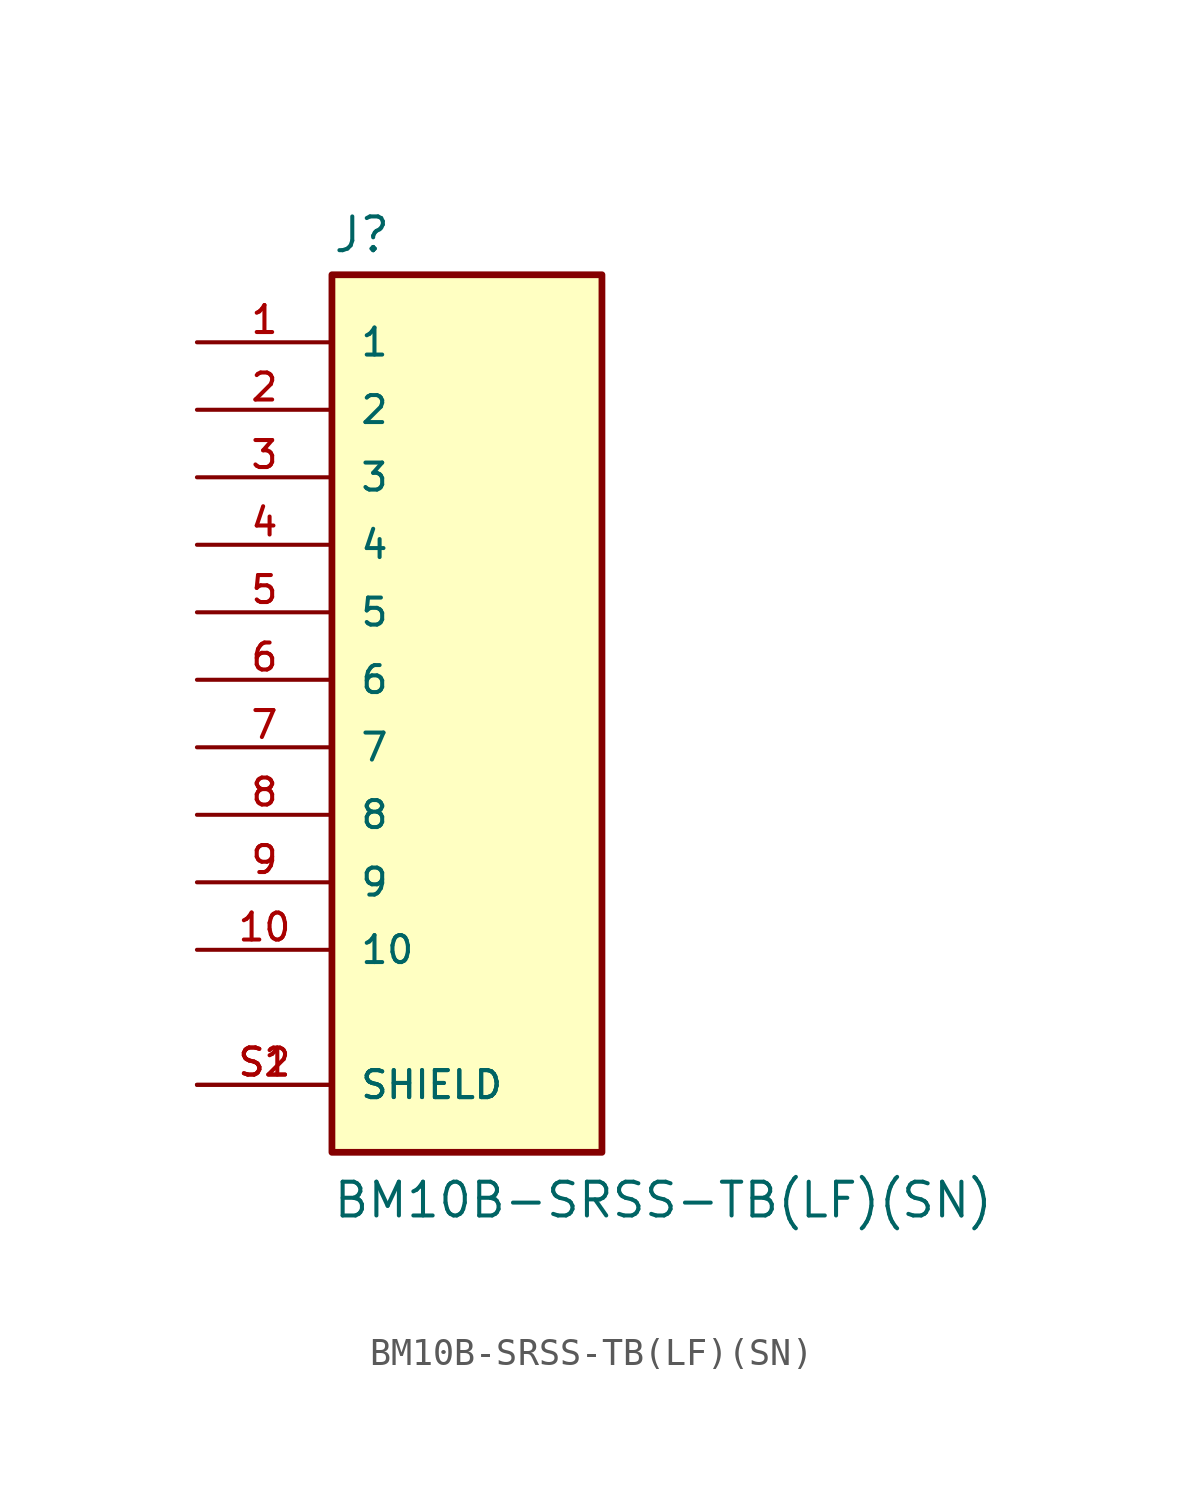
<source format=kicad_sym>
(kicad_symbol_lib
  (version 20211014)
  (generator kicad_symbol_editor)
  (symbol "BM10B-SRSS-TB(LF)(SN)"
    (pin_names
      (offset 1.016))
    (property "Reference" "J"
      (at -5.08 16.002 0)
      (effects (font (size 1.27 1.27)) (justify bottom left)))
    (property "Value" "BM10B-SRSS-TB(LF)(SN)"
      (at -5.08 -20.32 0)
      (effects (font (size 1.27 1.27)) (justify bottom left)))
    (symbol "BM10B-SRSS-TB(LF)(SN)_0_0"
      (rectangle (start -5.08 -17.78) (end 5.08 15.24) (stroke (width 0.254)) (fill (type background)))
      (pin passive line (at -10.16 12.7 0) (length 5.08) (name "1" (effects (font (size 1.016 1.016)))) (number "1" (effects (font (size 1.016 1.016)))))
      (pin passive line (at -10.16 10.16 0) (length 5.08) (name "2" (effects (font (size 1.016 1.016)))) (number "2" (effects (font (size 1.016 1.016)))))
      (pin passive line (at -10.16 7.62 0) (length 5.08) (name "3" (effects (font (size 1.016 1.016)))) (number "3" (effects (font (size 1.016 1.016)))))
      (pin passive line (at -10.16 5.08 0) (length 5.08) (name "4" (effects (font (size 1.016 1.016)))) (number "4" (effects (font (size 1.016 1.016)))))
      (pin passive line (at -10.16 2.54 0) (length 5.08) (name "5" (effects (font (size 1.016 1.016)))) (number "5" (effects (font (size 1.016 1.016)))))
      (pin passive line (at -10.16 0.0 0) (length 5.08) (name "6" (effects (font (size 1.016 1.016)))) (number "6" (effects (font (size 1.016 1.016)))))
      (pin passive line (at -10.16 -2.54 0) (length 5.08) (name "7" (effects (font (size 1.016 1.016)))) (number "7" (effects (font (size 1.016 1.016)))))
      (pin passive line (at -10.16 -5.08 0) (length 5.08) (name "8" (effects (font (size 1.016 1.016)))) (number "8" (effects (font (size 1.016 1.016)))))
      (pin passive line (at -10.16 -7.62 0) (length 5.08) (name "9" (effects (font (size 1.016 1.016)))) (number "9" (effects (font (size 1.016 1.016)))))
      (pin passive line (at -10.16 -10.16 0) (length 5.08) (name "10" (effects (font (size 1.016 1.016)))) (number "10" (effects (font (size 1.016 1.016)))))
      (pin passive line (at -10.16 -15.24 0) (length 5.08) (name "SHIELD" (effects (font (size 1.016 1.016)))) (number "S1" (effects (font (size 1.016 1.016)))))
      (pin passive line (at -10.16 -15.24 0) (length 5.08) (name "SHIELD" (effects (font (size 1.016 1.016)))) (number "S2" (effects (font (size 1.016 1.016))))))))
</source>
